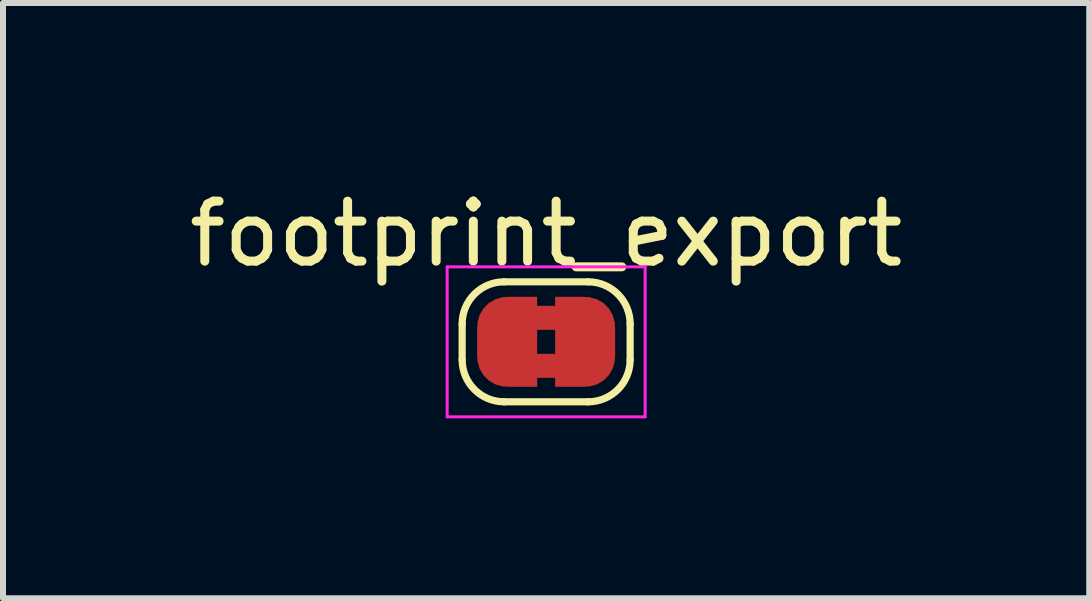
<source format=kicad_pcb>
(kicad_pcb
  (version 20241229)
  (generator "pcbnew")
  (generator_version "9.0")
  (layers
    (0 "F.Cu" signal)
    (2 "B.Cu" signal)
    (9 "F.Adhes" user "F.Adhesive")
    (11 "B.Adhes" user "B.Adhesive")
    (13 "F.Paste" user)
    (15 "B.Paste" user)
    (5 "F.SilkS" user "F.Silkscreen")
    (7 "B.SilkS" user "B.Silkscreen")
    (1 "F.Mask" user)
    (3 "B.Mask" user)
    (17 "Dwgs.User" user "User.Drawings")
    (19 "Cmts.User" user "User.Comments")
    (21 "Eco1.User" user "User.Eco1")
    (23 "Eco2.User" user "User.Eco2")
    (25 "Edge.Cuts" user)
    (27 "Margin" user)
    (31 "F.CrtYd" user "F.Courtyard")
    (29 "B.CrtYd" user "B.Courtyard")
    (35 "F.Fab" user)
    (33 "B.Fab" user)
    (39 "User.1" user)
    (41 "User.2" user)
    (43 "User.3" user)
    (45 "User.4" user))
  (footprint "footprint_export"
    (layer "F.Cu")
    (at 6.054 2.648)
    (property "Reference" "footprint_export" (at 0 -1.8 0) (layer "F.SilkS") (effects (font (size 1 1) (thickness 0.15))))
    (attr exclude_from_pos_files exclude_from_bom)
    (fp_poly (pts (xy -0.25 -0.6) (xy 0.25 -0.6) (xy 0.25 -0.2) (xy -0.25 -0.2)) (stroke (width 0) (type solid)) (fill yes) (layer "F.Cu"))
    (fp_poly (pts (xy -0.25 0.2) (xy 0.25 0.2) (xy 0.25 0.6) (xy -0.25 0.6)) (stroke (width 0) (type solid)) (fill yes) (layer "F.Cu"))
    (fp_line (start -1.4 0.3) (end -1.4 -0.3) (stroke (width 0.12) (type solid)) (layer "F.SilkS"))
    (fp_line (start -0.7 -1) (end 0.7 -1) (stroke (width 0.12) (type solid)) (layer "F.SilkS"))
    (fp_line (start 0.7 1) (end -0.7 1) (stroke (width 0.12) (type solid)) (layer "F.SilkS"))
    (fp_line (start 1.4 -0.3) (end 1.4 0.3) (stroke (width 0.12) (type solid)) (layer "F.SilkS"))
    (fp_arc (start -1.4 -0.3) (mid -1.194975 -0.794975) (end -0.7 -1) (stroke (width 0.12) (type solid)) (layer "F.SilkS"))
    (fp_arc (start -0.7 1) (mid -1.194975 0.794975) (end -1.4 0.3) (stroke (width 0.12) (type solid)) (layer "F.SilkS"))
    (fp_arc (start 0.7 -1) (mid 1.194975 -0.794975) (end 1.4 -0.3) (stroke (width 0.12) (type solid)) (layer "F.SilkS"))
    (fp_arc (start 1.4 0.3) (mid 1.194975 0.794975) (end 0.7 1) (stroke (width 0.12) (type solid)) (layer "F.SilkS"))
    (fp_line (start -1.65 -1.25) (end -1.65 1.25) (stroke (width 0.05) (type solid)) (layer "F.CrtYd"))
    (fp_line (start -1.65 -1.25) (end 1.65 -1.25) (stroke (width 0.05) (type solid)) (layer "F.CrtYd"))
    (fp_line (start 1.65 1.25) (end -1.65 1.25) (stroke (width 0.05) (type solid)) (layer "F.CrtYd"))
    (fp_line (start 1.65 1.25) (end 1.65 -1.25) (stroke (width 0.05) (type solid)) (layer "F.CrtYd"))
    (pad "1" smd custom (at -0.65 0) (size 1 0.5) (layers "F.Cu" "F.Mask") (options (anchor rect)) (primitives (gr_circle (center 0 0.25) (end 0.5 0.25) (width 0) (fill yes)) (gr_circle (center 0 -0.25) (end 0.5 -0.25) (width 0) (fill yes)) (gr_poly (pts (xy 0.5 0.75) (xy 0 0.75) (xy 0 -0.75) (xy 0.5 -0.75)) (width 0) (fill yes))))
    (pad "2" smd custom (at 0.65 0) (size 1 0.5) (layers "F.Cu" "F.Mask") (options (anchor rect)) (primitives (gr_circle (center 0 0.25) (end 0.5 0.25) (width 0) (fill yes)) (gr_circle (center 0 -0.25) (end 0.5 -0.25) (width 0) (fill yes)) (gr_poly (pts (xy 0 0.75) (xy -0.5 0.75) (xy -0.5 -0.75) (xy 0 -0.75)) (width 0) (fill yes)))))
  (gr_rect
    (start -3 -3)
    (end 15.107 6.923)
    (stroke (width 0.1) (type default))
    (fill no)
    (layer "Edge.Cuts")))
</source>
